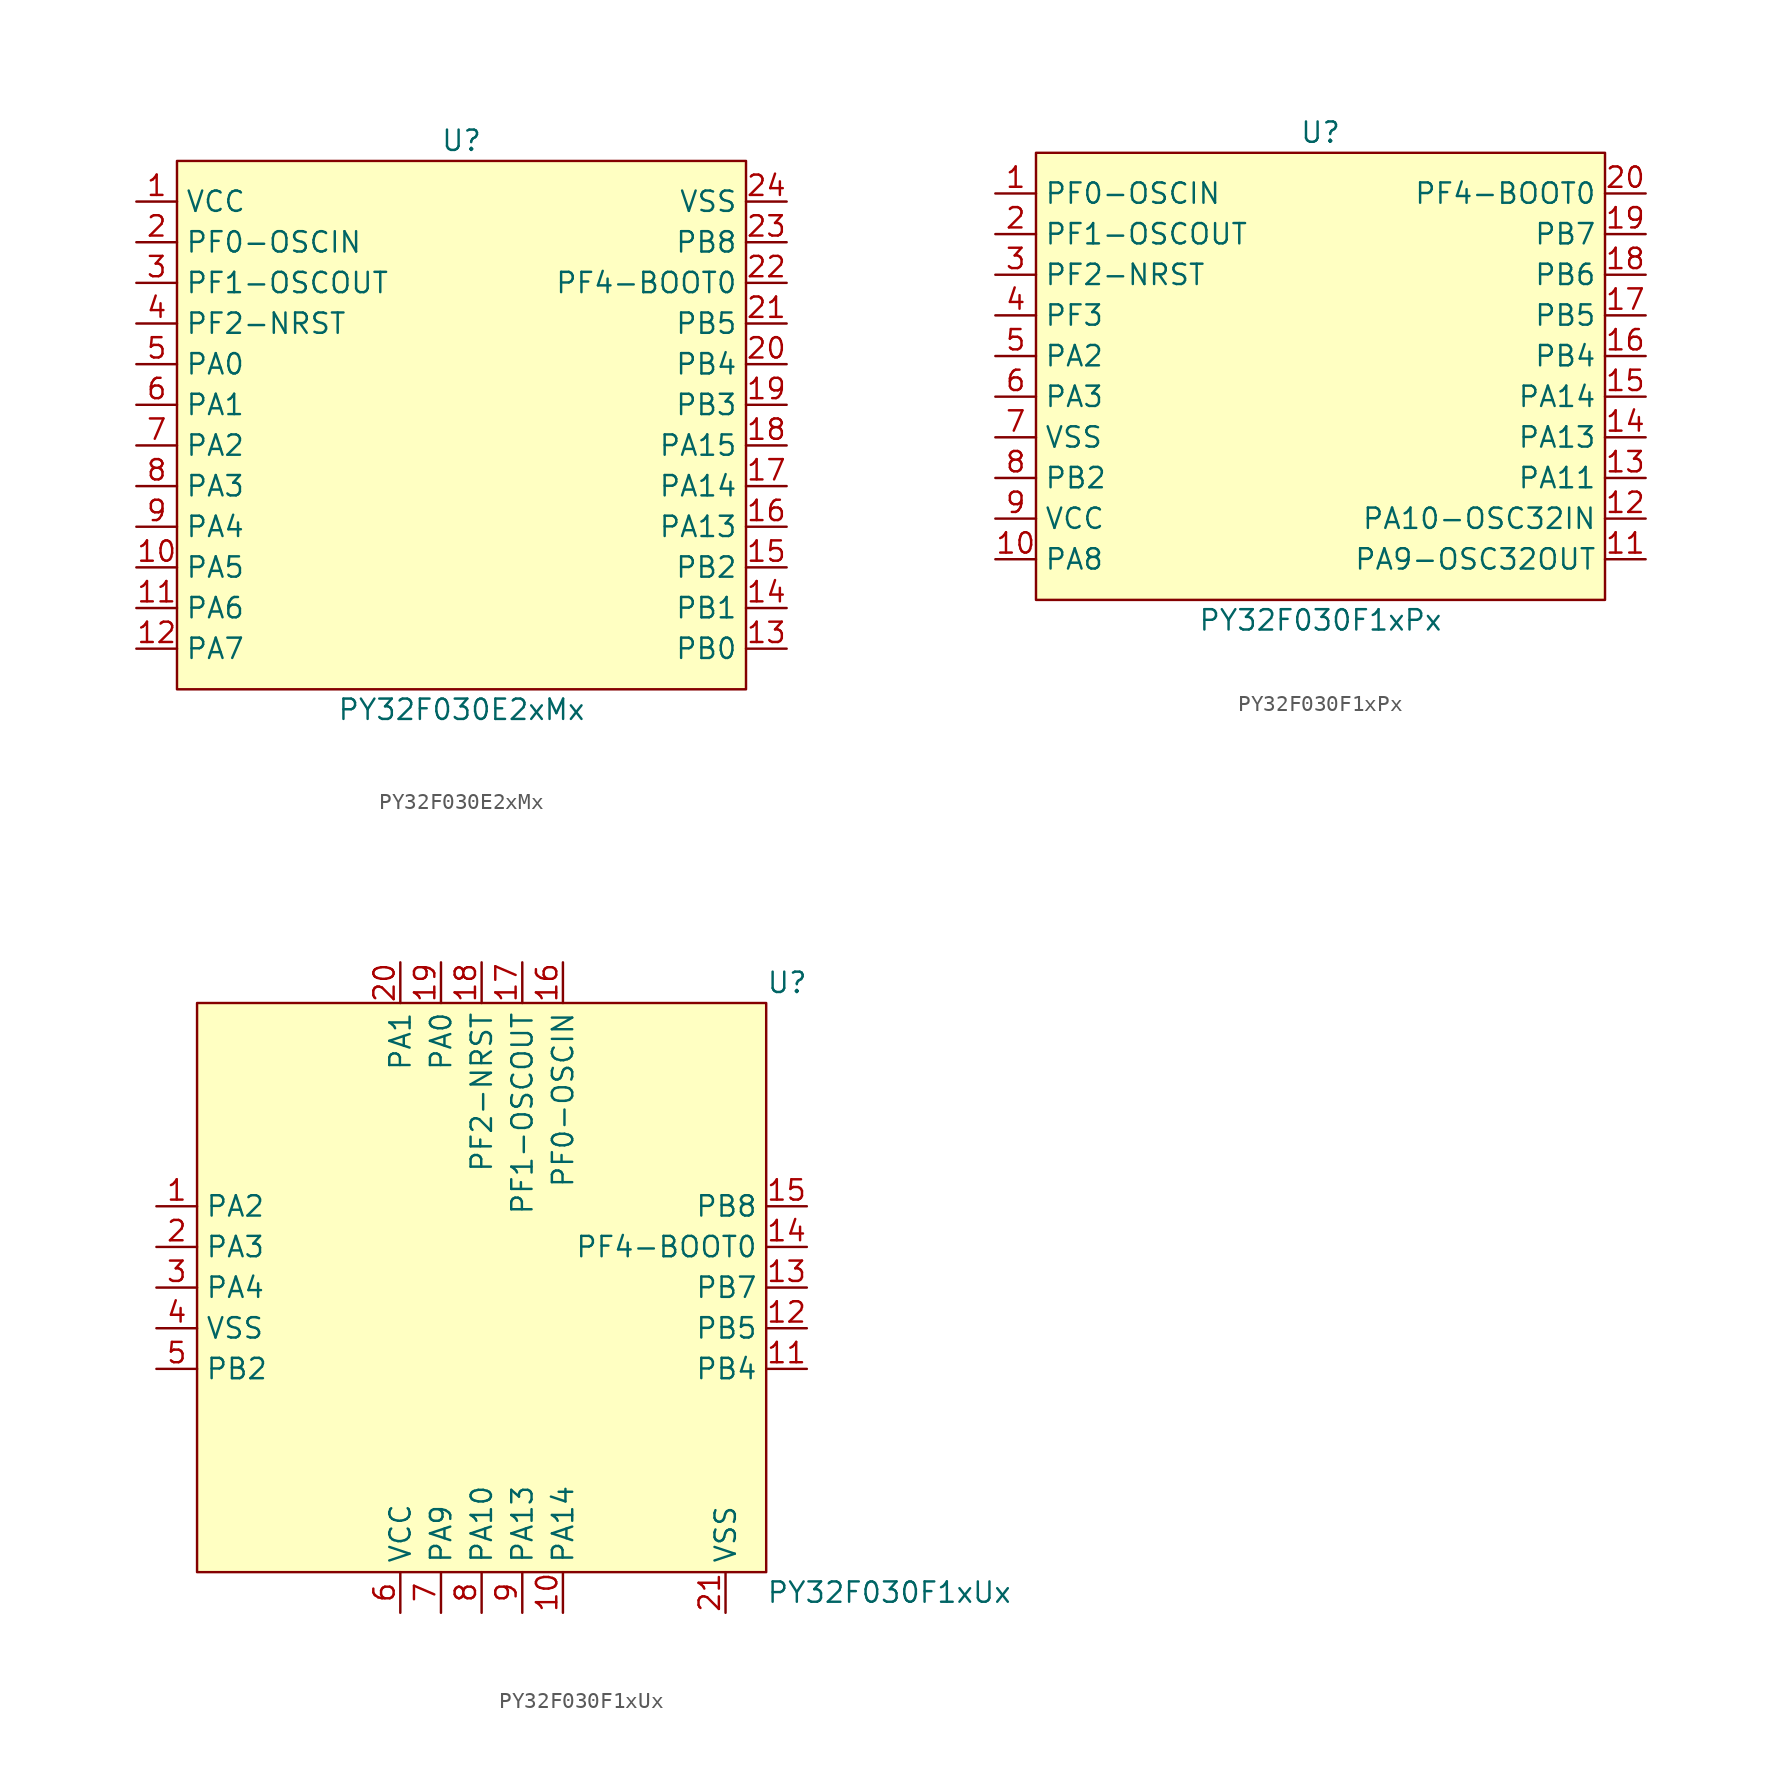
<source format=kicad_sym>
(kicad_symbol_lib
  (version 20241209)
  (generator "kicad_symbol_editor")
  (generator_version "9.0")
  (symbol "PY32F030E2xMx"
    (property "Reference" "U"
      (at 0 17.78 0)
      (effects (font (size 1.27 1.27))))
    (property "Value" "PY32F030E2xMx"
      (at 0 -17.78 0)
      (effects (font (size 1.27 1.27))))
    (symbol "PY32F030E2xMx_0_0"
      (pin unspecified line (at -20.32 13.97 0) (length 2.54) (name "VCC" (effects (font (size 1.27 1.27)))) (number "1" (effects (font (size 1.27 1.27)))))
      (pin unspecified line (at -20.32 11.43 0) (length 2.54) (name "PF0-OSCIN" (effects (font (size 1.27 1.27)))) (number "2" (effects (font (size 1.27 1.27)))))
      (pin unspecified line (at -20.32 8.89 0) (length 2.54) (name "PF1-OSCOUT" (effects (font (size 1.27 1.27)))) (number "3" (effects (font (size 1.27 1.27)))))
      (pin unspecified line (at -20.32 6.35 0) (length 2.54) (name "PF2-NRST" (effects (font (size 1.27 1.27)))) (number "4" (effects (font (size 1.27 1.27)))))
      (pin unspecified line (at -20.32 3.81 0) (length 2.54) (name "PA0" (effects (font (size 1.27 1.27)))) (number "5" (effects (font (size 1.27 1.27)))))
      (pin unspecified line (at -20.32 1.27 0) (length 2.54) (name "PA1" (effects (font (size 1.27 1.27)))) (number "6" (effects (font (size 1.27 1.27)))))
      (pin unspecified line (at -20.32 -1.27 0) (length 2.54) (name "PA2" (effects (font (size 1.27 1.27)))) (number "7" (effects (font (size 1.27 1.27)))))
      (pin unspecified line (at -20.32 -3.81 0) (length 2.54) (name "PA3" (effects (font (size 1.27 1.27)))) (number "8" (effects (font (size 1.27 1.27)))))
      (pin unspecified line (at -20.32 -6.35 0) (length 2.54) (name "PA4" (effects (font (size 1.27 1.27)))) (number "9" (effects (font (size 1.27 1.27)))))
      (pin unspecified line (at -20.32 -8.89 0) (length 2.54) (name "PA5" (effects (font (size 1.27 1.27)))) (number "10" (effects (font (size 1.27 1.27)))))
      (pin unspecified line (at -20.32 -11.43 0) (length 2.54) (name "PA6" (effects (font (size 1.27 1.27)))) (number "11" (effects (font (size 1.27 1.27)))))
      (pin unspecified line (at -20.32 -13.97 0) (length 2.54) (name "PA7" (effects (font (size 1.27 1.27)))) (number "12" (effects (font (size 1.27 1.27)))))
      (pin unspecified line (at 20.32 13.97 180) (length 2.54) (name "VSS" (effects (font (size 1.27 1.27)))) (number "24" (effects (font (size 1.27 1.27)))))
      (pin unspecified line (at 20.32 11.43 180) (length 2.54) (name "PB8" (effects (font (size 1.27 1.27)))) (number "23" (effects (font (size 1.27 1.27)))))
      (pin unspecified line (at 20.32 8.89 180) (length 2.54) (name "PF4-BOOT0" (effects (font (size 1.27 1.27)))) (number "22" (effects (font (size 1.27 1.27)))))
      (pin unspecified line (at 20.32 6.35 180) (length 2.54) (name "PB5" (effects (font (size 1.27 1.27)))) (number "21" (effects (font (size 1.27 1.27)))))
      (pin unspecified line (at 20.32 3.81 180) (length 2.54) (name "PB4" (effects (font (size 1.27 1.27)))) (number "20" (effects (font (size 1.27 1.27)))))
      (pin unspecified line (at 20.32 1.27 180) (length 2.54) (name "PB3" (effects (font (size 1.27 1.27)))) (number "19" (effects (font (size 1.27 1.27)))))
      (pin unspecified line (at 20.32 -1.27 180) (length 2.54) (name "PA15" (effects (font (size 1.27 1.27)))) (number "18" (effects (font (size 1.27 1.27)))))
      (pin unspecified line (at 20.32 -3.81 180) (length 2.54) (name "PA14" (effects (font (size 1.27 1.27)))) (number "17" (effects (font (size 1.27 1.27)))))
      (pin unspecified line (at 20.32 -6.35 180) (length 2.54) (name "PA13" (effects (font (size 1.27 1.27)))) (number "16" (effects (font (size 1.27 1.27)))))
      (pin unspecified line (at 20.32 -11.43 180) (length 2.54) (name "PB1" (effects (font (size 1.27 1.27)))) (number "14" (effects (font (size 1.27 1.27)))))
      (pin unspecified line (at 20.32 -13.97 180) (length 2.54) (name "PB0" (effects (font (size 1.27 1.27)))) (number "13" (effects (font (size 1.27 1.27))))))
    (symbol "PY32F030E2xMx_1_0"
      (pin unspecified line (at 20.32 -8.89 180) (length 2.54) (name "PB2" (effects (font (size 1.27 1.27)))) (number "15" (effects (font (size 1.27 1.27))))))
    (symbol "PY32F030E2xMx_1_1"
      (rectangle (start -17.78 16.51) (end 17.78 -16.51) (stroke (width 0) (type solid)) (fill (type background)))))
  (symbol "PY32F030F1xPx"
    (property "Reference" "U"
      (at 0 15.24 0)
      (effects (font (size 1.27 1.27))))
    (property "Value" "PY32F030F1xPx"
      (at 0 -15.24 0)
      (effects (font (size 1.27 1.27))))
    (symbol "PY32F030F1xPx_0_0"
      (pin unspecified line (at -20.32 11.43 0) (length 2.54) (name "PF0-OSCIN" (effects (font (size 1.27 1.27)))) (number "1" (effects (font (size 1.27 1.27)))))
      (pin unspecified line (at -20.32 8.89 0) (length 2.54) (name "PF1-OSCOUT" (effects (font (size 1.27 1.27)))) (number "2" (effects (font (size 1.27 1.27)))))
      (pin unspecified line (at -20.32 6.35 0) (length 2.54) (name "PF2-NRST" (effects (font (size 1.27 1.27)))) (number "3" (effects (font (size 1.27 1.27)))))
      (pin unspecified line (at -20.32 3.81 0) (length 2.54) (name "PF3" (effects (font (size 1.27 1.27)))) (number "4" (effects (font (size 1.27 1.27)))))
      (pin unspecified line (at -20.32 1.27 0) (length 2.54) (name "PA2" (effects (font (size 1.27 1.27)))) (number "5" (effects (font (size 1.27 1.27)))))
      (pin unspecified line (at -20.32 -1.27 0) (length 2.54) (name "PA3" (effects (font (size 1.27 1.27)))) (number "6" (effects (font (size 1.27 1.27)))))
      (pin unspecified line (at -20.32 -3.81 0) (length 2.54) (name "VSS" (effects (font (size 1.27 1.27)))) (number "7" (effects (font (size 1.27 1.27)))))
      (pin unspecified line (at -20.32 -6.35 0) (length 2.54) (name "PB2" (effects (font (size 1.27 1.27)))) (number "8" (effects (font (size 1.27 1.27)))))
      (pin unspecified line (at -20.32 -8.89 0) (length 2.54) (name "VCC" (effects (font (size 1.27 1.27)))) (number "9" (effects (font (size 1.27 1.27)))))
      (pin unspecified line (at -20.32 -11.43 0) (length 2.54) (name "PA8" (effects (font (size 1.27 1.27)))) (number "10" (effects (font (size 1.27 1.27)))))
      (pin unspecified line (at 20.32 11.43 180) (length 2.54) (name "PF4-BOOT0" (effects (font (size 1.27 1.27)))) (number "20" (effects (font (size 1.27 1.27)))))
      (pin unspecified line (at 20.32 8.89 180) (length 2.54) (name "PB7" (effects (font (size 1.27 1.27)))) (number "19" (effects (font (size 1.27 1.27)))))
      (pin unspecified line (at 20.32 6.35 180) (length 2.54) (name "PB6" (effects (font (size 1.27 1.27)))) (number "18" (effects (font (size 1.27 1.27)))))
      (pin unspecified line (at 20.32 3.81 180) (length 2.54) (name "PB5" (effects (font (size 1.27 1.27)))) (number "17" (effects (font (size 1.27 1.27)))))
      (pin unspecified line (at 20.32 1.27 180) (length 2.54) (name "PB4" (effects (font (size 1.27 1.27)))) (number "16" (effects (font (size 1.27 1.27)))))
      (pin unspecified line (at 20.32 -1.27 180) (length 2.54) (name "PA14" (effects (font (size 1.27 1.27)))) (number "15" (effects (font (size 1.27 1.27)))))
      (pin unspecified line (at 20.32 -3.81 180) (length 2.54) (name "PA13" (effects (font (size 1.27 1.27)))) (number "14" (effects (font (size 1.27 1.27)))))
      (pin unspecified line (at 20.32 -6.35 180) (length 2.54) (name "PA11" (effects (font (size 1.27 1.27)))) (number "13" (effects (font (size 1.27 1.27)))))
      (pin unspecified line (at 20.32 -8.89 180) (length 2.54) (name "PA10-OSC32IN" (effects (font (size 1.27 1.27)))) (number "12" (effects (font (size 1.27 1.27)))))
      (pin unspecified line (at 20.32 -11.43 180) (length 2.54) (name "PA9-OSC32OUT" (effects (font (size 1.27 1.27)))) (number "11" (effects (font (size 1.27 1.27))))))
    (symbol "PY32F030F1xPx_1_1"
      (rectangle (start -17.78 13.97) (end 17.78 -13.97) (stroke (width 0) (type solid)) (fill (type background)))))
  (symbol "PY32F030F1xUx"
    (property "Reference" "U"
      (at 17.78 19.05 0)
      (effects (font (size 1.27 1.27)) (justify left)))
    (property "Value" "PY32F030F1xUx"
      (at 17.78 -19.05 0)
      (effects (font (size 1.27 1.27)) (justify left)))
    (symbol "PY32F030F1xUx_0_0"
      (pin unspecified line (at -20.32 5.08 0) (length 2.54) (name "PA2" (effects (font (size 1.27 1.27)))) (number "1" (effects (font (size 1.27 1.27)))))
      (pin unspecified line (at -20.32 2.54 0) (length 2.54) (name "PA3" (effects (font (size 1.27 1.27)))) (number "2" (effects (font (size 1.27 1.27)))))
      (pin unspecified line (at -20.32 0 0) (length 2.54) (name "PA4" (effects (font (size 1.27 1.27)))) (number "3" (effects (font (size 1.27 1.27)))))
      (pin unspecified line (at -20.32 -2.54 0) (length 2.54) (name "VSS" (effects (font (size 1.27 1.27)))) (number "4" (effects (font (size 1.27 1.27)))))
      (pin unspecified line (at -20.32 -5.08 0) (length 2.54) (name "PB2" (effects (font (size 1.27 1.27)))) (number "5" (effects (font (size 1.27 1.27)))))
      (pin unspecified line (at -5.08 20.32 270) (length 2.54) (name "PA1" (effects (font (size 1.27 1.27)))) (number "20" (effects (font (size 1.27 1.27)))))
      (pin unspecified line (at -5.08 -20.32 90) (length 2.54) (name "VCC" (effects (font (size 1.27 1.27)))) (number "6" (effects (font (size 1.27 1.27)))))
      (pin unspecified line (at -2.54 20.32 270) (length 2.54) (name "PA0" (effects (font (size 1.27 1.27)))) (number "19" (effects (font (size 1.27 1.27)))))
      (pin unspecified line (at -2.54 -20.32 90) (length 2.54) (name "PA9" (effects (font (size 1.27 1.27)))) (number "7" (effects (font (size 1.27 1.27)))))
      (pin unspecified line (at 0 20.32 270) (length 2.54) (name "PF2-NRST" (effects (font (size 1.27 1.27)))) (number "18" (effects (font (size 1.27 1.27)))))
      (pin unspecified line (at 0 -20.32 90) (length 2.54) (name "PA10" (effects (font (size 1.27 1.27)))) (number "8" (effects (font (size 1.27 1.27)))))
      (pin unspecified line (at 2.54 20.32 270) (length 2.54) (name "PF1-OSCOUT" (effects (font (size 1.27 1.27)))) (number "17" (effects (font (size 1.27 1.27)))))
      (pin unspecified line (at 2.54 -20.32 90) (length 2.54) (name "PA13" (effects (font (size 1.27 1.27)))) (number "9" (effects (font (size 1.27 1.27)))))
      (pin unspecified line (at 5.08 20.32 270) (length 2.54) (name "PF0-OSCIN" (effects (font (size 1.27 1.27)))) (number "16" (effects (font (size 1.27 1.27)))))
      (pin unspecified line (at 5.08 -20.32 90) (length 2.54) (name "PA14" (effects (font (size 1.27 1.27)))) (number "10" (effects (font (size 1.27 1.27)))))
      (pin unspecified line (at 20.32 5.08 180) (length 2.54) (name "PB8" (effects (font (size 1.27 1.27)))) (number "15" (effects (font (size 1.27 1.27)))))
      (pin unspecified line (at 20.32 2.54 180) (length 2.54) (name "PF4-BOOT0" (effects (font (size 1.27 1.27)))) (number "14" (effects (font (size 1.27 1.27)))))
      (pin unspecified line (at 20.32 0 180) (length 2.54) (name "PB7" (effects (font (size 1.27 1.27)))) (number "13" (effects (font (size 1.27 1.27)))))
      (pin unspecified line (at 20.32 -2.54 180) (length 2.54) (name "PB5" (effects (font (size 1.27 1.27)))) (number "12" (effects (font (size 1.27 1.27)))))
      (pin unspecified line (at 20.32 -5.08 180) (length 2.54) (name "PB4" (effects (font (size 1.27 1.27)))) (number "11" (effects (font (size 1.27 1.27))))))
    (symbol "PY32F030F1xUx_1_0"
      (pin unspecified line (at 15.24 -20.32 90) (length 2.54) (name "VSS" (effects (font (size 1.27 1.27)))) (number "21" (effects (font (size 1.27 1.27))))))
    (symbol "PY32F030F1xUx_1_1"
      (rectangle (start -17.78 17.78) (end 17.78 -17.78) (stroke (width 0) (type solid)) (fill (type background))))))
</source>
